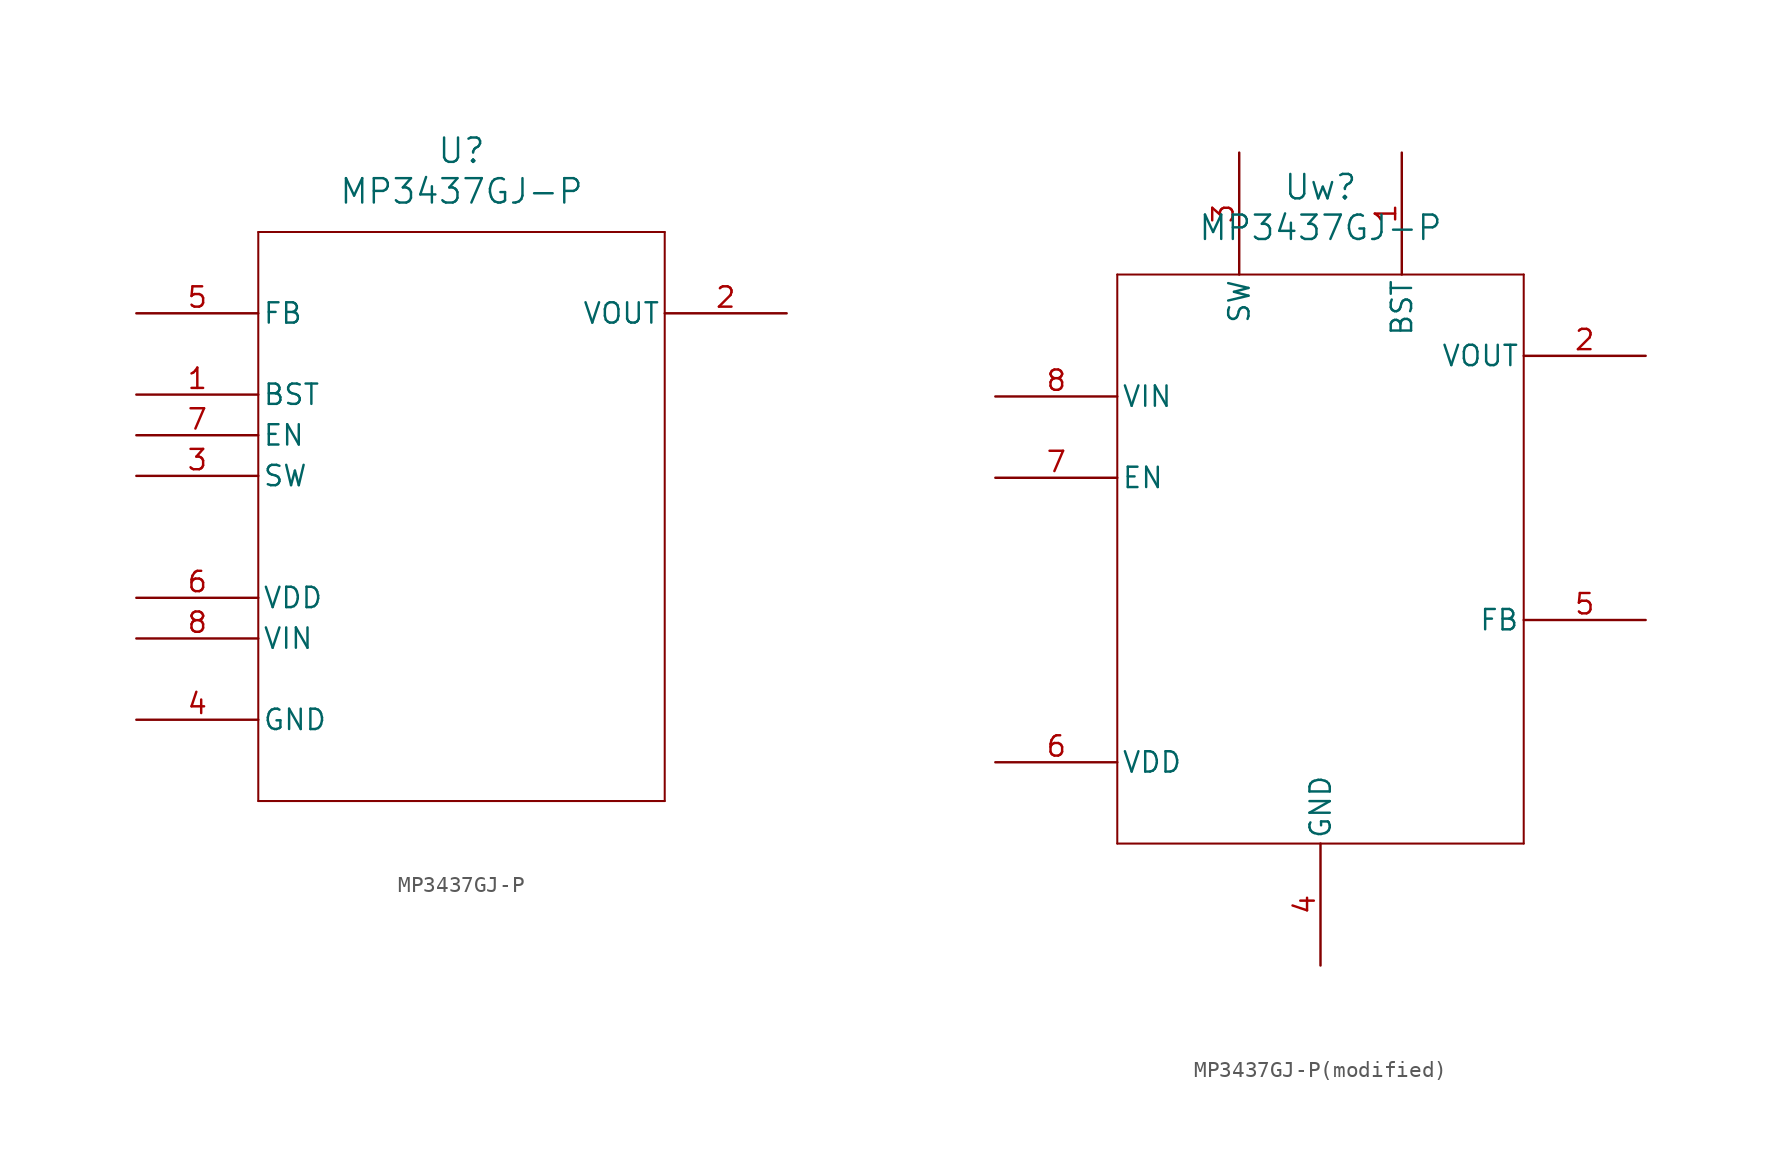
<source format=kicad_sym>
(kicad_symbol_lib
  (version 20220914)
  (generator kicad_symbol_editor)
  (symbol "MP3437GJ-P"
    (pin_names
      (offset 0.254))
    (property "Reference" "U"
      (at 20.32 10.16 0)
      (effects (font (size 1.524 1.524))))
    (property "Value" "MP3437GJ-P"
      (at 20.32 7.62 0)
      (effects (font (size 1.524 1.524))))
    (property "ki_locked" ""
      (at 0 0 0)
      (effects (font (size 1.27 1.27))))
    (symbol "MP3437GJ-P_0_1"
      (polyline (pts (xy 7.62 -30.48) (xy 33.02 -30.48)) (stroke (width 0.127) (type default)) (fill (type none)))
      (polyline (pts (xy 7.62 5.08) (xy 7.62 -30.48)) (stroke (width 0.127) (type default)) (fill (type none)))
      (polyline (pts (xy 33.02 -30.48) (xy 33.02 5.08)) (stroke (width 0.127) (type default)) (fill (type none)))
      (polyline (pts (xy 33.02 5.08) (xy 7.62 5.08)) (stroke (width 0.127) (type default)) (fill (type none)))
      (pin unspecified line (at 0 -5.08 0) (length 7.62) (name "BST" (effects (font (size 1.27 1.27)))) (number "1" (effects (font (size 1.27 1.27)))))
      (pin power_in line (at 40.64 0 180) (length 7.62) (name "VOUT" (effects (font (size 1.27 1.27)))) (number "2" (effects (font (size 1.27 1.27)))))
      (pin unspecified line (at 0 -10.16 0) (length 7.62) (name "SW" (effects (font (size 1.27 1.27)))) (number "3" (effects (font (size 1.27 1.27)))))
      (pin power_in line (at 0 -25.4 0) (length 7.62) (name "GND" (effects (font (size 1.27 1.27)))) (number "4" (effects (font (size 1.27 1.27)))))
      (pin input line (at 0 0 0) (length 7.62) (name "FB" (effects (font (size 1.27 1.27)))) (number "5" (effects (font (size 1.27 1.27)))))
      (pin power_in line (at 0 -17.78 0) (length 7.62) (name "VDD" (effects (font (size 1.27 1.27)))) (number "6" (effects (font (size 1.27 1.27)))))
      (pin unspecified line (at 0 -7.62 0) (length 7.62) (name "EN" (effects (font (size 1.27 1.27)))) (number "7" (effects (font (size 1.27 1.27)))))
      (pin power_in line (at 0 -20.32 0) (length 7.62) (name "VIN" (effects (font (size 1.27 1.27)))) (number "8" (effects (font (size 1.27 1.27)))))))
  (symbol "MP3437GJ-P(modified)"
    (pin_names
      (offset 0.254))
    (property "Reference" "Uw"
      (at 20.32 10.541 0)
      (effects (font (size 1.524 1.524))))
    (property "Value" "MP3437GJ-P"
      (at 20.32 8.001 0)
      (effects (font (size 1.524 1.524))))
    (property "ki_locked" ""
      (at 0 0 0)
      (effects (font (size 1.27 1.27))))
    (symbol "MP3437GJ-P(modified)_0_1"
      (polyline (pts (xy 7.62 -30.48) (xy 33.02 -30.48)) (stroke (width 0.127) (type default)) (fill (type none)))
      (polyline (pts (xy 7.62 5.08) (xy 7.62 -30.48)) (stroke (width 0.127) (type default)) (fill (type none)))
      (polyline (pts (xy 33.02 -30.48) (xy 33.02 5.08)) (stroke (width 0.127) (type default)) (fill (type none)))
      (polyline (pts (xy 33.02 5.08) (xy 7.62 5.08)) (stroke (width 0.127) (type default)) (fill (type none)))
      (pin unspecified line (at 25.4 12.7 270) (length 7.62) (name "BST" (effects (font (size 1.27 1.27)))) (number "1" (effects (font (size 1.27 1.27)))))
      (pin power_in line (at 40.64 0 180) (length 7.62) (name "VOUT" (effects (font (size 1.27 1.27)))) (number "2" (effects (font (size 1.27 1.27)))))
      (pin unspecified line (at 15.24 12.7 270) (length 7.62) (name "SW" (effects (font (size 1.27 1.27)))) (number "3" (effects (font (size 1.27 1.27)))))
      (pin power_in line (at 20.32 -38.1 90) (length 7.62) (name "GND" (effects (font (size 1.27 1.27)))) (number "4" (effects (font (size 1.27 1.27)))))
      (pin input line (at 40.64 -16.51 180) (length 7.62) (name "FB" (effects (font (size 1.27 1.27)))) (number "5" (effects (font (size 1.27 1.27)))))
      (pin power_in line (at 0 -25.4 0) (length 7.62) (name "VDD" (effects (font (size 1.27 1.27)))) (number "6" (effects (font (size 1.27 1.27)))))
      (pin unspecified line (at 0 -7.62 0) (length 7.62) (name "EN" (effects (font (size 1.27 1.27)))) (number "7" (effects (font (size 1.27 1.27)))))
      (pin power_in line (at 0 -2.54 0) (length 7.62) (name "VIN" (effects (font (size 1.27 1.27)))) (number "8" (effects (font (size 1.27 1.27))))))))
</source>
